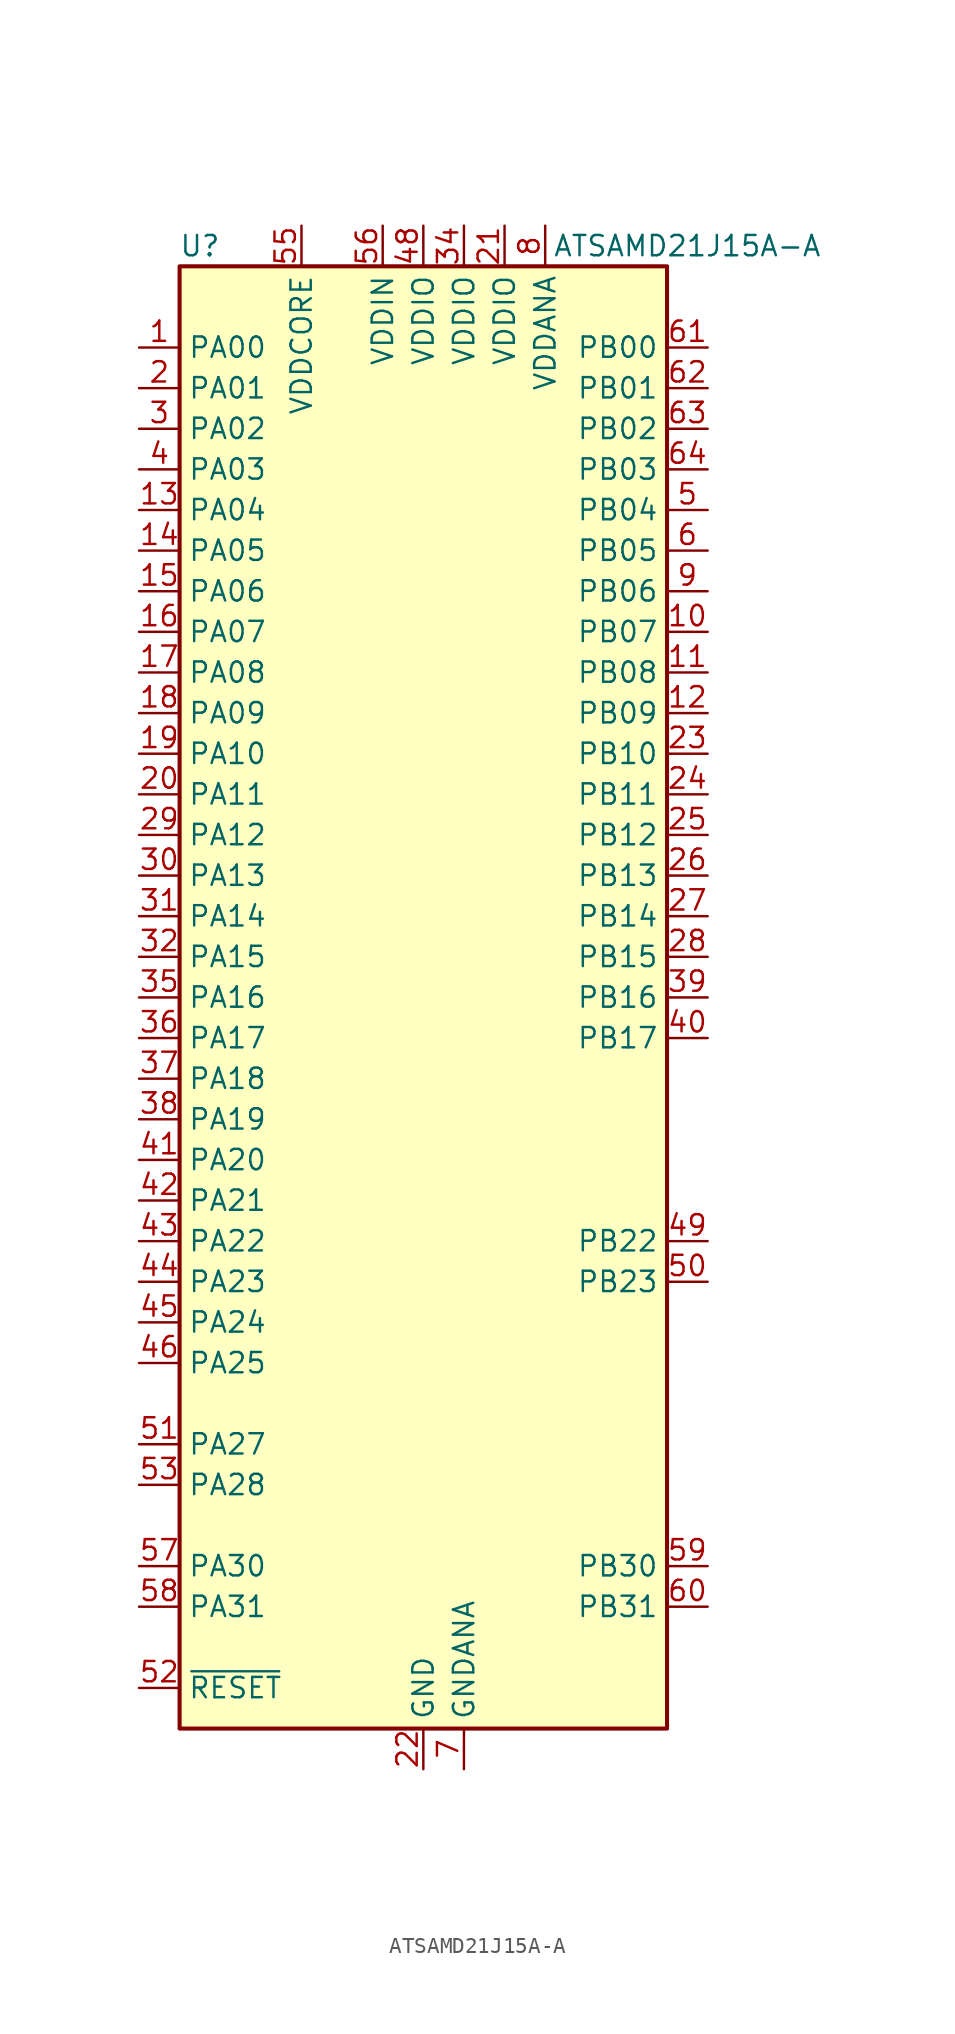
<source format=kicad_sym>
(kicad_symbol_lib
  (version 20200908)
  (generator kicad_symbol_editor)
  (symbol "MCU_Microchip_SAMD:ATSAMD21J15A-A"
    (property "Reference" "U"
      (at -13.97 46.99 0)
      (effects (font (size 1.27 1.27))))
    (property "Value" "ATSAMD21J15A-A"
      (at 16.51 46.99 0)
      (effects (font (size 1.27 1.27))))
    (symbol "ATSAMD21J15A-A_0_1"
      (rectangle (start -15.24 45.72) (end 15.24 -45.72) (stroke (width 0.254)) (fill (type background))))
    (symbol "ATSAMD21J15A-A_1_1"
      (pin bidirectional line (at -17.78 40.64 0) (length 2.54) (name "PA00" (effects (font (size 1.27 1.27)))) (number "1" (effects (font (size 1.27 1.27)))))
      (pin bidirectional line (at 17.78 22.86 180) (length 2.54) (name "PB07" (effects (font (size 1.27 1.27)))) (number "10" (effects (font (size 1.27 1.27)))))
      (pin bidirectional line (at 17.78 20.32 180) (length 2.54) (name "PB08" (effects (font (size 1.27 1.27)))) (number "11" (effects (font (size 1.27 1.27)))))
      (pin bidirectional line (at 17.78 17.78 180) (length 2.54) (name "PB09" (effects (font (size 1.27 1.27)))) (number "12" (effects (font (size 1.27 1.27)))))
      (pin bidirectional line (at -17.78 30.48 0) (length 2.54) (name "PA04" (effects (font (size 1.27 1.27)))) (number "13" (effects (font (size 1.27 1.27)))))
      (pin bidirectional line (at -17.78 27.94 0) (length 2.54) (name "PA05" (effects (font (size 1.27 1.27)))) (number "14" (effects (font (size 1.27 1.27)))))
      (pin bidirectional line (at -17.78 25.4 0) (length 2.54) (name "PA06" (effects (font (size 1.27 1.27)))) (number "15" (effects (font (size 1.27 1.27)))))
      (pin bidirectional line (at -17.78 22.86 0) (length 2.54) (name "PA07" (effects (font (size 1.27 1.27)))) (number "16" (effects (font (size 1.27 1.27)))))
      (pin bidirectional line (at -17.78 20.32 0) (length 2.54) (name "PA08" (effects (font (size 1.27 1.27)))) (number "17" (effects (font (size 1.27 1.27)))))
      (pin bidirectional line (at -17.78 17.78 0) (length 2.54) (name "PA09" (effects (font (size 1.27 1.27)))) (number "18" (effects (font (size 1.27 1.27)))))
      (pin bidirectional line (at -17.78 15.24 0) (length 2.54) (name "PA10" (effects (font (size 1.27 1.27)))) (number "19" (effects (font (size 1.27 1.27)))))
      (pin bidirectional line (at -17.78 38.1 0) (length 2.54) (name "PA01" (effects (font (size 1.27 1.27)))) (number "2" (effects (font (size 1.27 1.27)))))
      (pin bidirectional line (at -17.78 12.7 0) (length 2.54) (name "PA11" (effects (font (size 1.27 1.27)))) (number "20" (effects (font (size 1.27 1.27)))))
      (pin power_in line (at 5.08 48.26 270) (length 2.54) (name "VDDIO" (effects (font (size 1.27 1.27)))) (number "21" (effects (font (size 1.27 1.27)))))
      (pin power_in line (at 0 -48.26 90) (length 2.54) (name "GND" (effects (font (size 1.27 1.27)))) (number "22" (effects (font (size 1.27 1.27)))))
      (pin bidirectional line (at 17.78 15.24 180) (length 2.54) (name "PB10" (effects (font (size 1.27 1.27)))) (number "23" (effects (font (size 1.27 1.27)))))
      (pin bidirectional line (at 17.78 12.7 180) (length 2.54) (name "PB11" (effects (font (size 1.27 1.27)))) (number "24" (effects (font (size 1.27 1.27)))))
      (pin bidirectional line (at 17.78 10.16 180) (length 2.54) (name "PB12" (effects (font (size 1.27 1.27)))) (number "25" (effects (font (size 1.27 1.27)))))
      (pin bidirectional line (at 17.78 7.62 180) (length 2.54) (name "PB13" (effects (font (size 1.27 1.27)))) (number "26" (effects (font (size 1.27 1.27)))))
      (pin bidirectional line (at 17.78 5.08 180) (length 2.54) (name "PB14" (effects (font (size 1.27 1.27)))) (number "27" (effects (font (size 1.27 1.27)))))
      (pin bidirectional line (at 17.78 2.54 180) (length 2.54) (name "PB15" (effects (font (size 1.27 1.27)))) (number "28" (effects (font (size 1.27 1.27)))))
      (pin bidirectional line (at -17.78 10.16 0) (length 2.54) (name "PA12" (effects (font (size 1.27 1.27)))) (number "29" (effects (font (size 1.27 1.27)))))
      (pin bidirectional line (at -17.78 35.56 0) (length 2.54) (name "PA02" (effects (font (size 1.27 1.27)))) (number "3" (effects (font (size 1.27 1.27)))))
      (pin bidirectional line (at -17.78 7.62 0) (length 2.54) (name "PA13" (effects (font (size 1.27 1.27)))) (number "30" (effects (font (size 1.27 1.27)))))
      (pin bidirectional line (at -17.78 5.08 0) (length 2.54) (name "PA14" (effects (font (size 1.27 1.27)))) (number "31" (effects (font (size 1.27 1.27)))))
      (pin bidirectional line (at -17.78 2.54 0) (length 2.54) (name "PA15" (effects (font (size 1.27 1.27)))) (number "32" (effects (font (size 1.27 1.27)))))
      (pin passive line (at 0 -48.26 90) (length 2.54) hide (name "GND" (effects (font (size 1.27 1.27)))) (number "33" (effects (font (size 1.27 1.27)))))
      (pin power_in line (at 2.54 48.26 270) (length 2.54) (name "VDDIO" (effects (font (size 1.27 1.27)))) (number "34" (effects (font (size 1.27 1.27)))))
      (pin bidirectional line (at -17.78 0 0) (length 2.54) (name "PA16" (effects (font (size 1.27 1.27)))) (number "35" (effects (font (size 1.27 1.27)))))
      (pin bidirectional line (at -17.78 -2.54 0) (length 2.54) (name "PA17" (effects (font (size 1.27 1.27)))) (number "36" (effects (font (size 1.27 1.27)))))
      (pin bidirectional line (at -17.78 -5.08 0) (length 2.54) (name "PA18" (effects (font (size 1.27 1.27)))) (number "37" (effects (font (size 1.27 1.27)))))
      (pin bidirectional line (at -17.78 -7.62 0) (length 2.54) (name "PA19" (effects (font (size 1.27 1.27)))) (number "38" (effects (font (size 1.27 1.27)))))
      (pin bidirectional line (at 17.78 0 180) (length 2.54) (name "PB16" (effects (font (size 1.27 1.27)))) (number "39" (effects (font (size 1.27 1.27)))))
      (pin bidirectional line (at -17.78 33.02 0) (length 2.54) (name "PA03" (effects (font (size 1.27 1.27)))) (number "4" (effects (font (size 1.27 1.27)))))
      (pin bidirectional line (at 17.78 -2.54 180) (length 2.54) (name "PB17" (effects (font (size 1.27 1.27)))) (number "40" (effects (font (size 1.27 1.27)))))
      (pin bidirectional line (at -17.78 -10.16 0) (length 2.54) (name "PA20" (effects (font (size 1.27 1.27)))) (number "41" (effects (font (size 1.27 1.27)))))
      (pin bidirectional line (at -17.78 -12.7 0) (length 2.54) (name "PA21" (effects (font (size 1.27 1.27)))) (number "42" (effects (font (size 1.27 1.27)))))
      (pin bidirectional line (at -17.78 -15.24 0) (length 2.54) (name "PA22" (effects (font (size 1.27 1.27)))) (number "43" (effects (font (size 1.27 1.27)))))
      (pin bidirectional line (at -17.78 -17.78 0) (length 2.54) (name "PA23" (effects (font (size 1.27 1.27)))) (number "44" (effects (font (size 1.27 1.27)))))
      (pin bidirectional line (at -17.78 -20.32 0) (length 2.54) (name "PA24" (effects (font (size 1.27 1.27)))) (number "45" (effects (font (size 1.27 1.27)))))
      (pin bidirectional line (at -17.78 -22.86 0) (length 2.54) (name "PA25" (effects (font (size 1.27 1.27)))) (number "46" (effects (font (size 1.27 1.27)))))
      (pin passive line (at 0 -48.26 90) (length 2.54) hide (name "GND" (effects (font (size 1.27 1.27)))) (number "47" (effects (font (size 1.27 1.27)))))
      (pin power_in line (at 0 48.26 270) (length 2.54) (name "VDDIO" (effects (font (size 1.27 1.27)))) (number "48" (effects (font (size 1.27 1.27)))))
      (pin bidirectional line (at 17.78 -15.24 180) (length 2.54) (name "PB22" (effects (font (size 1.27 1.27)))) (number "49" (effects (font (size 1.27 1.27)))))
      (pin bidirectional line (at 17.78 30.48 180) (length 2.54) (name "PB04" (effects (font (size 1.27 1.27)))) (number "5" (effects (font (size 1.27 1.27)))))
      (pin bidirectional line (at 17.78 -17.78 180) (length 2.54) (name "PB23" (effects (font (size 1.27 1.27)))) (number "50" (effects (font (size 1.27 1.27)))))
      (pin bidirectional line (at -17.78 -27.94 0) (length 2.54) (name "PA27" (effects (font (size 1.27 1.27)))) (number "51" (effects (font (size 1.27 1.27)))))
      (pin input line (at -17.78 -43.18 0) (length 2.54) (name "~RESET" (effects (font (size 1.27 1.27)))) (number "52" (effects (font (size 1.27 1.27)))))
      (pin bidirectional line (at -17.78 -30.48 0) (length 2.54) (name "PA28" (effects (font (size 1.27 1.27)))) (number "53" (effects (font (size 1.27 1.27)))))
      (pin passive line (at 0 -48.26 90) (length 2.54) hide (name "GND" (effects (font (size 1.27 1.27)))) (number "54" (effects (font (size 1.27 1.27)))))
      (pin power_out line (at -7.62 48.26 270) (length 2.54) (name "VDDCORE" (effects (font (size 1.27 1.27)))) (number "55" (effects (font (size 1.27 1.27)))))
      (pin power_in line (at -2.54 48.26 270) (length 2.54) (name "VDDIN" (effects (font (size 1.27 1.27)))) (number "56" (effects (font (size 1.27 1.27)))))
      (pin bidirectional line (at -17.78 -35.56 0) (length 2.54) (name "PA30" (effects (font (size 1.27 1.27)))) (number "57" (effects (font (size 1.27 1.27)))))
      (pin bidirectional line (at -17.78 -38.1 0) (length 2.54) (name "PA31" (effects (font (size 1.27 1.27)))) (number "58" (effects (font (size 1.27 1.27)))))
      (pin bidirectional line (at 17.78 -35.56 180) (length 2.54) (name "PB30" (effects (font (size 1.27 1.27)))) (number "59" (effects (font (size 1.27 1.27)))))
      (pin bidirectional line (at 17.78 27.94 180) (length 2.54) (name "PB05" (effects (font (size 1.27 1.27)))) (number "6" (effects (font (size 1.27 1.27)))))
      (pin bidirectional line (at 17.78 -38.1 180) (length 2.54) (name "PB31" (effects (font (size 1.27 1.27)))) (number "60" (effects (font (size 1.27 1.27)))))
      (pin bidirectional line (at 17.78 40.64 180) (length 2.54) (name "PB00" (effects (font (size 1.27 1.27)))) (number "61" (effects (font (size 1.27 1.27)))))
      (pin bidirectional line (at 17.78 38.1 180) (length 2.54) (name "PB01" (effects (font (size 1.27 1.27)))) (number "62" (effects (font (size 1.27 1.27)))))
      (pin bidirectional line (at 17.78 35.56 180) (length 2.54) (name "PB02" (effects (font (size 1.27 1.27)))) (number "63" (effects (font (size 1.27 1.27)))))
      (pin bidirectional line (at 17.78 33.02 180) (length 2.54) (name "PB03" (effects (font (size 1.27 1.27)))) (number "64" (effects (font (size 1.27 1.27)))))
      (pin power_in line (at 2.54 -48.26 90) (length 2.54) (name "GNDANA" (effects (font (size 1.27 1.27)))) (number "7" (effects (font (size 1.27 1.27)))))
      (pin power_in line (at 7.62 48.26 270) (length 2.54) (name "VDDANA" (effects (font (size 1.27 1.27)))) (number "8" (effects (font (size 1.27 1.27)))))
      (pin bidirectional line (at 17.78 25.4 180) (length 2.54) (name "PB06" (effects (font (size 1.27 1.27)))) (number "9" (effects (font (size 1.27 1.27))))))))
</source>
